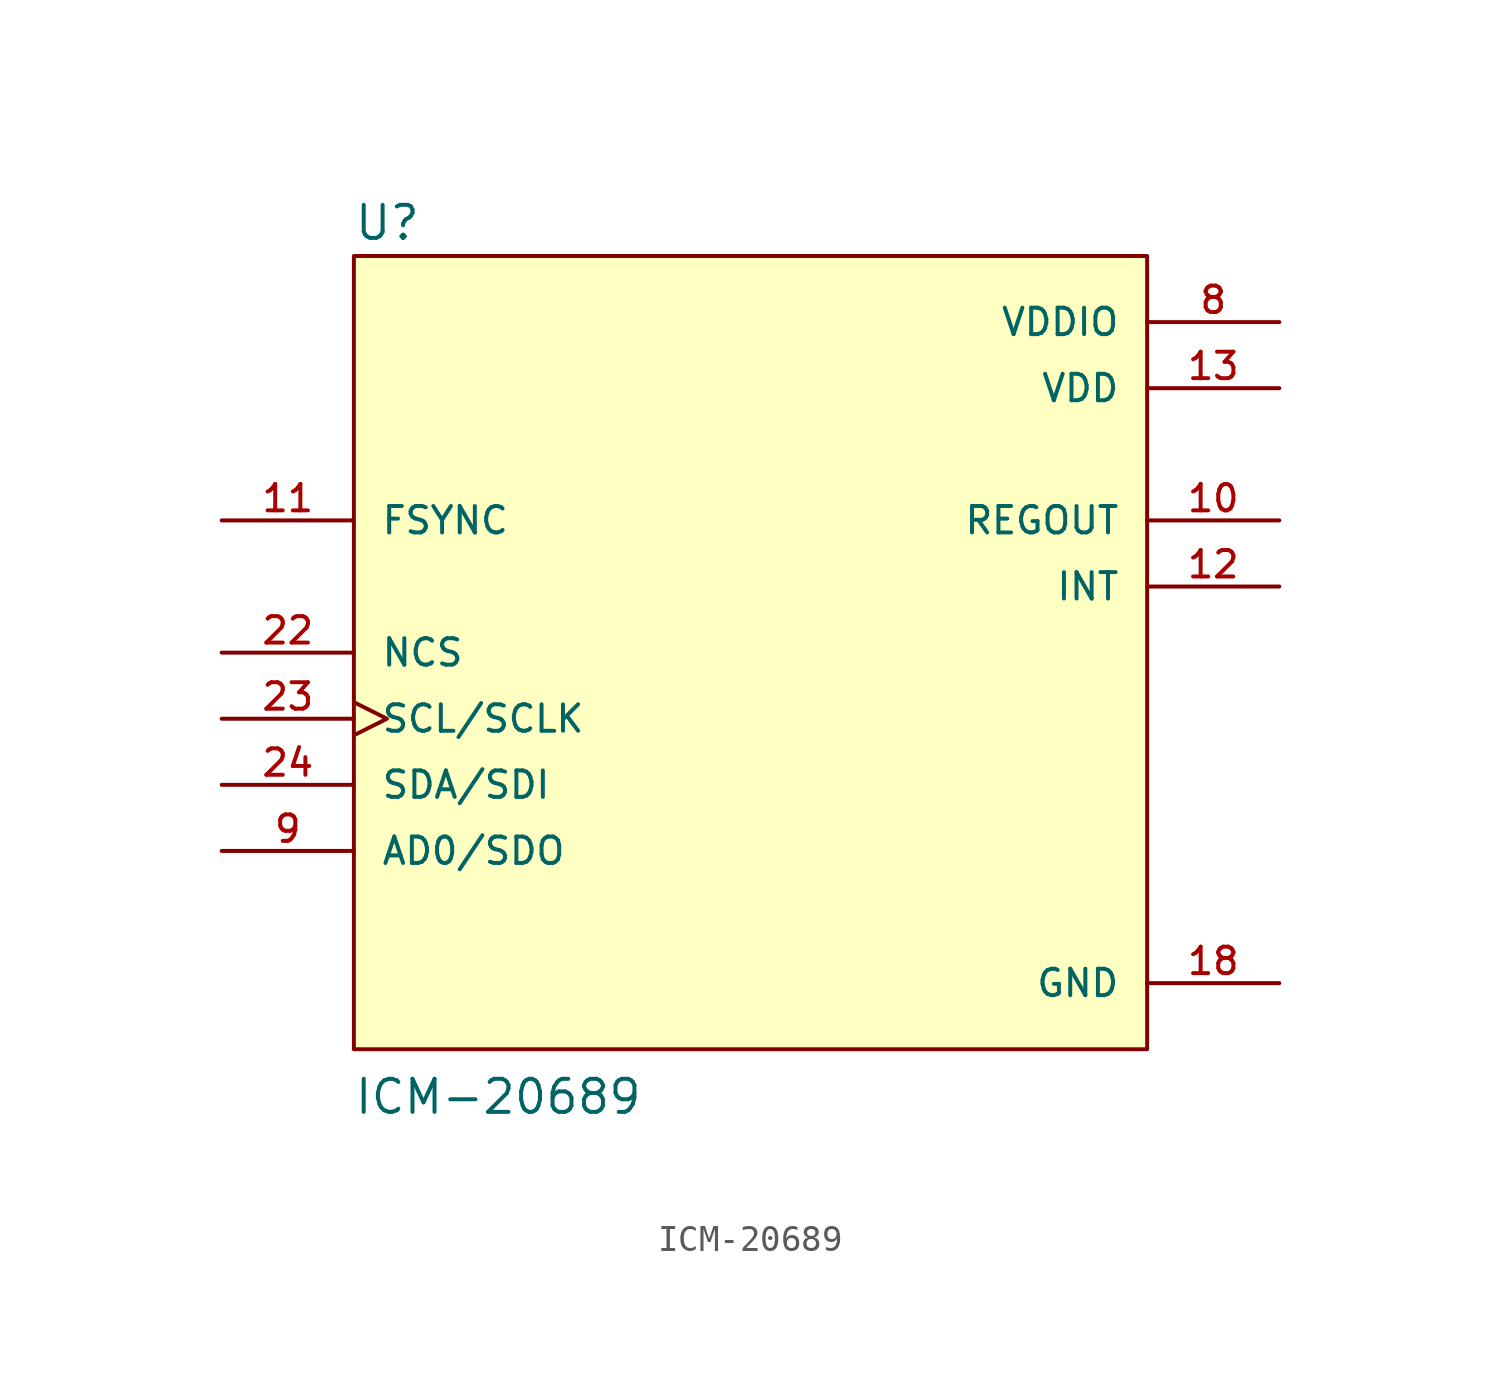
<source format=kicad_sym>
(kicad_symbol_lib
  (version 20211014)
  (generator kicad_symbol_editor)
  (symbol "ICM-20689"
    (pin_names
      (offset 1.016))
    (property "Reference" "U"
      (at -15.264 15.772 0)
      (effects (font (size 1.27 1.27)) (justify left bottom)))
    (property "Value" "ICM-20689"
      (at -15.265 -17.809 0)
      (effects (font (size 1.27 1.27)) (justify left bottom)))
    (symbol "ICM-20689_0_0"
      (rectangle (start -15.24 -15.24) (end 15.24 15.24) (stroke (width 0.152) (type default) (color 0 0 0 0)) (fill (type background)))
      (pin output line (at 20.32 5.08 180) (length 5.08) (name "REGOUT" (effects (font (size 1.016 1.016)))) (number "10" (effects (font (size 1.016 1.016)))))
      (pin input line (at -20.32 5.08 0) (length 5.08) (name "FSYNC" (effects (font (size 1.016 1.016)))) (number "11" (effects (font (size 1.016 1.016)))))
      (pin output line (at 20.32 2.54 180) (length 5.08) (name "INT" (effects (font (size 1.016 1.016)))) (number "12" (effects (font (size 1.016 1.016)))))
      (pin power_in line (at 20.32 10.16 180) (length 5.08) (name "VDD" (effects (font (size 1.016 1.016)))) (number "13" (effects (font (size 1.016 1.016)))))
      (pin power_in line (at 20.32 -12.7 180) (length 5.08) (name "GND" (effects (font (size 1.016 1.016)))) (number "18" (effects (font (size 1.016 1.016)))))
      (pin input line (at -20.32 0 0) (length 5.08) (name "NCS" (effects (font (size 1.016 1.016)))) (number "22" (effects (font (size 1.016 1.016)))))
      (pin input clock (at -20.32 -2.54 0) (length 5.08) (name "SCL/SCLK" (effects (font (size 1.016 1.016)))) (number "23" (effects (font (size 1.016 1.016)))))
      (pin bidirectional line (at -20.32 -5.08 0) (length 5.08) (name "SDA/SDI" (effects (font (size 1.016 1.016)))) (number "24" (effects (font (size 1.016 1.016)))))
      (pin power_in line (at 20.32 12.7 180) (length 5.08) (name "VDDIO" (effects (font (size 1.016 1.016)))) (number "8" (effects (font (size 1.016 1.016)))))
      (pin bidirectional line (at -20.32 -7.62 0) (length 5.08) (name "AD0/SDO" (effects (font (size 1.016 1.016)))) (number "9" (effects (font (size 1.016 1.016))))))))
</source>
